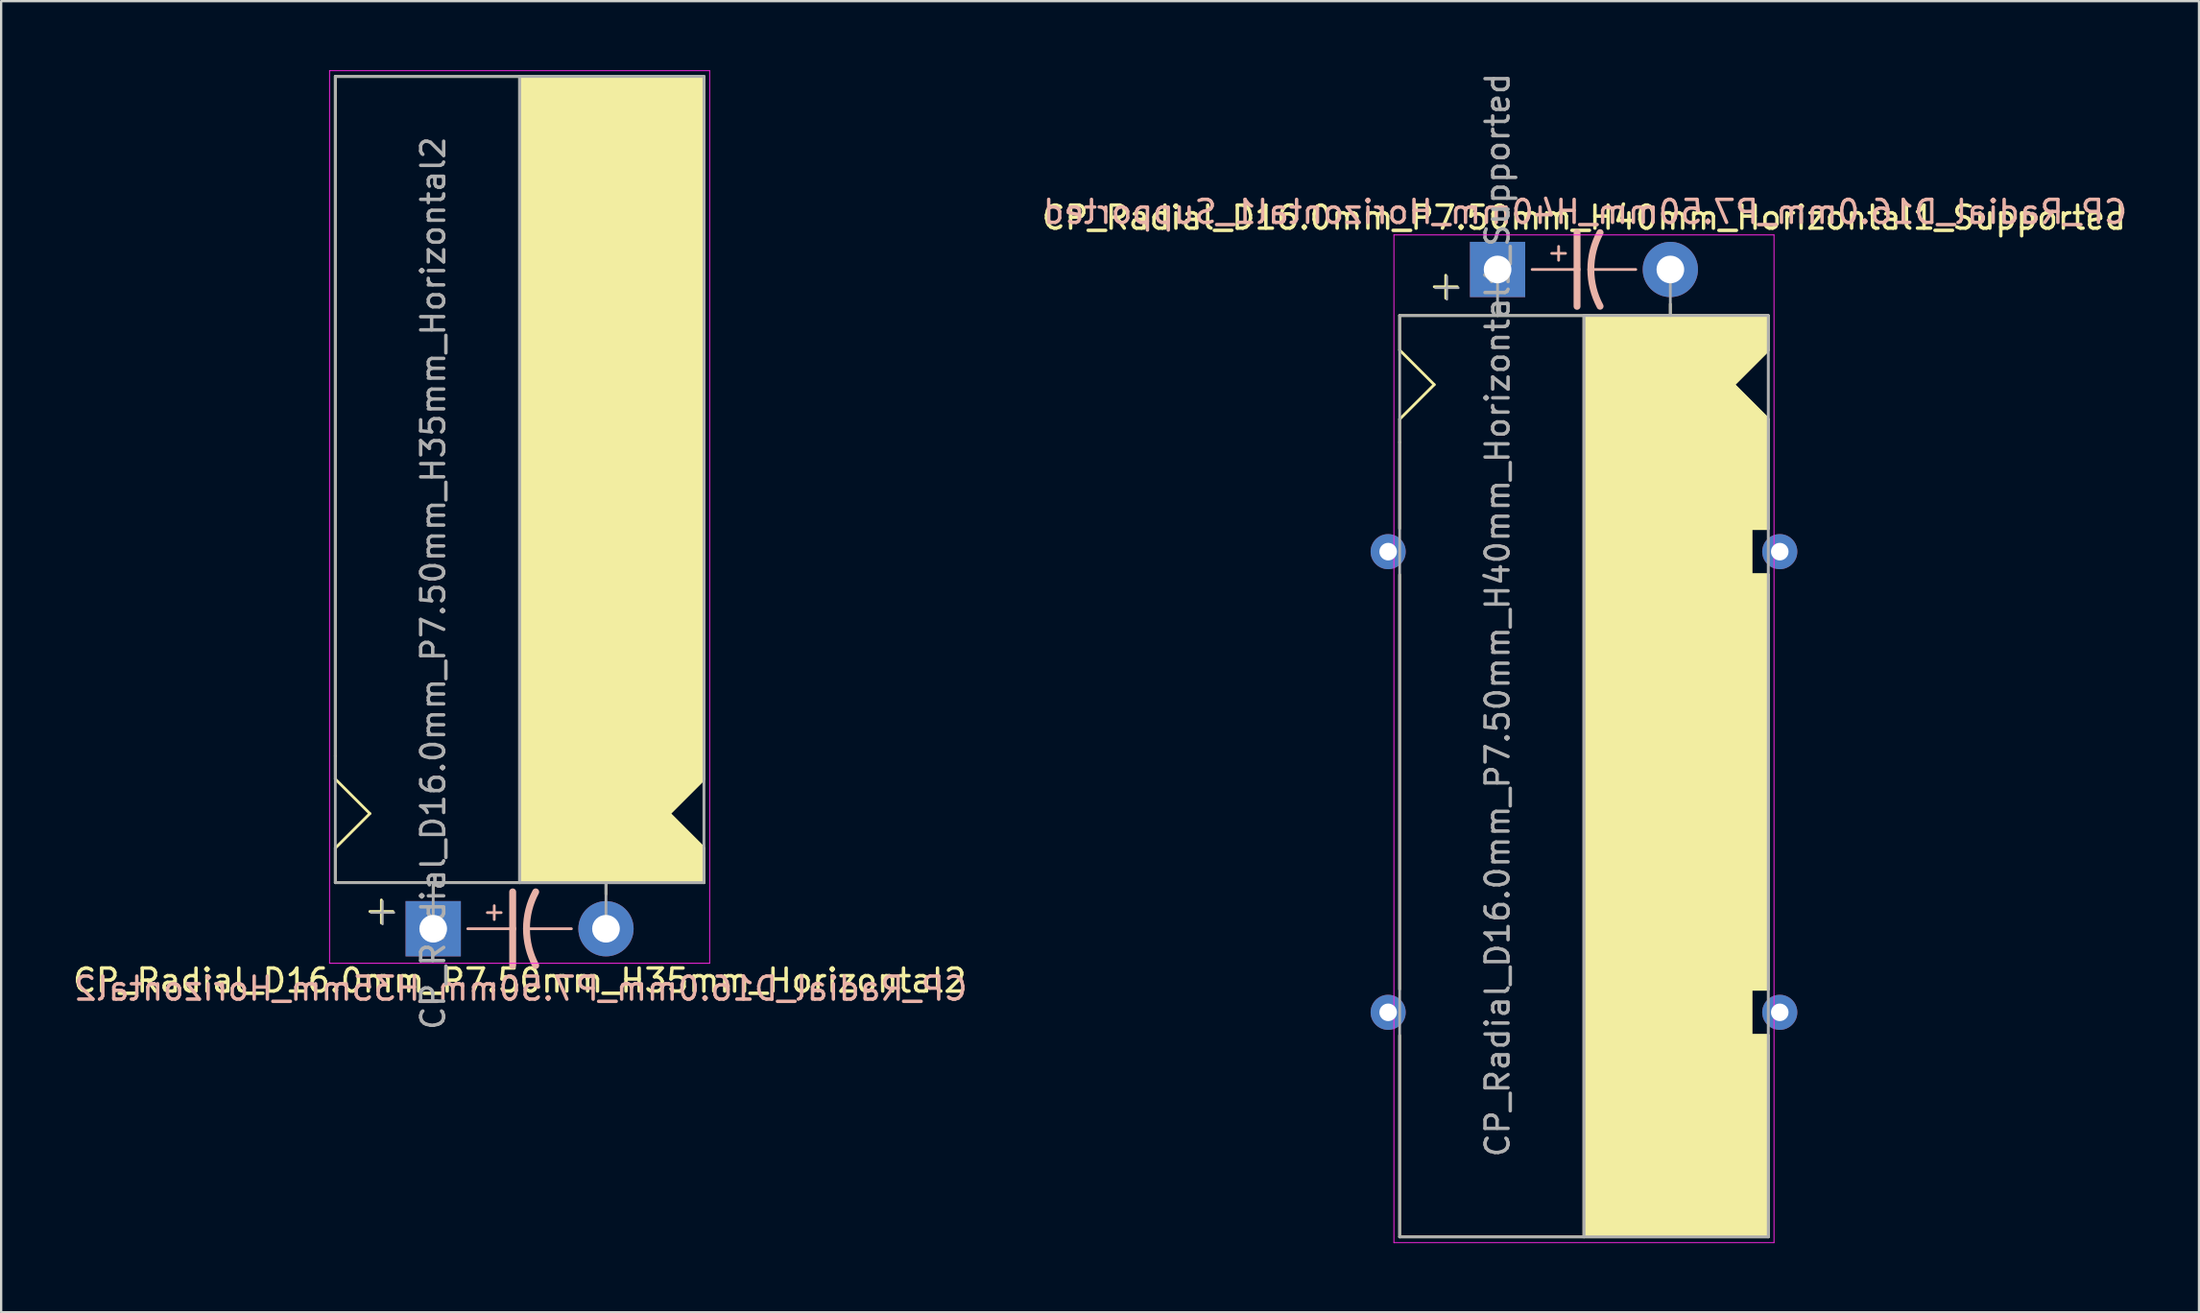
<source format=kicad_pcb>
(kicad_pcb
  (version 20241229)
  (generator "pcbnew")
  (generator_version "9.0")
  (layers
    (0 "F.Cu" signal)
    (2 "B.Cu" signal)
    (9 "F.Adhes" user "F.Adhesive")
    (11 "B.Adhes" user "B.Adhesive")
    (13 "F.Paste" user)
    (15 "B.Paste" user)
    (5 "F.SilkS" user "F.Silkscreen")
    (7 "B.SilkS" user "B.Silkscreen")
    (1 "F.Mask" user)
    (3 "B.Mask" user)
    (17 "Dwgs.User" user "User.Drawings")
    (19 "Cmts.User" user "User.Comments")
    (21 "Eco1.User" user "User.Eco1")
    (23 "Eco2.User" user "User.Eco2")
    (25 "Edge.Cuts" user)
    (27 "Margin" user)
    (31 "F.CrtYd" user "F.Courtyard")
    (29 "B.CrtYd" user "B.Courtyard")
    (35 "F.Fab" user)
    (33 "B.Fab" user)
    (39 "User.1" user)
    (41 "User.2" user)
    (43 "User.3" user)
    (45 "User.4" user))
  (footprint "CP_Radial_D16.0mm_P7.50mm_H35mm_Horizontal2"
    (layer "F.Cu")
    (at 15.756 37.27)
    (property "Reference" "CP_Radial_D16.0mm_P7.50mm_H35mm_Horizontal2" (at 3.75 2.25 0) (layer "F.SilkS") (effects (font (size 1 1) (thickness 0.15))))
    (fp_line (start -4.25 -7.5) (end -4.25 -37) (stroke (width 0.12) (type solid)) (layer "F.SilkS"))
    (fp_line (start -4.25 -6.5) (end -4.25 -7.5) (stroke (width 0.12) (type solid)) (layer "F.SilkS"))
    (fp_line (start -4.25 -3.5) (end -2.75 -5) (stroke (width 0.12) (type solid)) (layer "F.SilkS"))
    (fp_line (start -4.25 -2) (end -4.25 -3.5) (stroke (width 0.12) (type solid)) (layer "F.SilkS"))
    (fp_line (start -2.75 -5) (end -4.25 -6.5) (stroke (width 0.12) (type solid)) (layer "F.SilkS"))
    (fp_line (start -2.25 -1.25) (end -2.25 -0.25) (stroke (width 0.12) (type solid)) (layer "F.SilkS"))
    (fp_line (start -1.75 -0.75) (end -2.75 -0.75) (stroke (width 0.12) (type solid)) (layer "F.SilkS"))
    (fp_line (start 0 -1.5) (end 0 -2) (stroke (width 0.12) (type solid)) (layer "F.SilkS"))
    (fp_line (start 3.75 -2) (end -4.25 -2) (stroke (width 0.12) (type solid)) (layer "F.SilkS"))
    (fp_line (start 3.75 -2) (end 3.75 -37) (stroke (width 0.12) (type solid)) (layer "F.SilkS"))
    (fp_line (start 3.75 -2) (end 11.75 -2) (stroke (width 0.12) (type solid)) (layer "F.SilkS"))
    (fp_line (start 7.5 -1.5) (end 7.5 -2) (stroke (width 0.12) (type solid)) (layer "F.SilkS"))
    (fp_line (start 10.25 -5) (end 11.75 -6.5) (stroke (width 0.12) (type solid)) (layer "F.SilkS"))
    (fp_line (start 11.75 -37) (end -4.25 -37) (stroke (width 0.12) (type solid)) (layer "F.SilkS"))
    (fp_line (start 11.75 -37) (end 11.75 -6.5) (stroke (width 0.12) (type solid)) (layer "F.SilkS"))
    (fp_line (start 11.75 -3.5) (end 10.25 -5) (stroke (width 0.12) (type solid)) (layer "F.SilkS"))
    (fp_line (start 11.75 -2) (end 11.75 -3.5) (stroke (width 0.12) (type solid)) (layer "F.SilkS"))
    (fp_poly (pts (xy 11.75 -3.5) (xy 10.25 -5) (xy 11.75 -6.5) (xy 11.75 -37) (xy 3.75 -37) (xy 3.75 -2) (xy 11.75 -2)) (stroke (width 0.1) (type solid)) (fill yes) (layer "F.SilkS"))
    (fp_line (start 1.5 0) (end 3.45 0) (stroke (width 0.12) (type solid)) (layer "B.SilkS"))
    (fp_line (start 2.35 -0.7) (end 2.95 -0.7) (stroke (width 0.12) (type solid)) (layer "B.SilkS"))
    (fp_line (start 2.65 -0.4) (end 2.65 -1) (stroke (width 0.12) (type solid)) (layer "B.SilkS"))
    (fp_line (start 3.45 0) (end 3.45 -1.6) (stroke (width 0.3) (type solid)) (layer "B.SilkS"))
    (fp_line (start 3.45 0) (end 3.45 1.6) (stroke (width 0.3) (type solid)) (layer "B.SilkS"))
    (fp_line (start 6 0) (end 4.05 0) (stroke (width 0.12) (type solid)) (layer "B.SilkS"))
    (fp_arc (start 4.05 0) (mid 4.150512 -0.824872) (end 4.45 -1.6) (stroke (width 0.3) (type solid)) (layer "B.SilkS"))
    (fp_arc (start 4.45 1.596157) (mid 4.151652 0.822725) (end 4.05 0) (stroke (width 0.3) (type solid)) (layer "B.SilkS"))
    (fp_line (start -4.5 -37.25) (end -4.5 1.5) (stroke (width 0.04) (type solid)) (layer "F.CrtYd"))
    (fp_line (start -4.5 1.5) (end 12 1.5) (stroke (width 0.04) (type solid)) (layer "F.CrtYd"))
    (fp_line (start 12 -37.25) (end -4.5 -37.25) (stroke (width 0.04) (type solid)) (layer "F.CrtYd"))
    (fp_line (start 12 1.5) (end 12 -37.25) (stroke (width 0.04) (type solid)) (layer "F.CrtYd"))
    (fp_line (start -4.25 -37) (end 11.75 -37) (stroke (width 0.12) (type solid)) (layer "F.Fab"))
    (fp_line (start -4.25 -2) (end -4.25 -37) (stroke (width 0.12) (type solid)) (layer "F.Fab"))
    (fp_line (start -2.7 -0.7) (end -1.7 -0.7) (stroke (width 0.1) (type solid)) (layer "F.Fab"))
    (fp_line (start -2.2 -0.2) (end -2.2 -1.2) (stroke (width 0.1) (type solid)) (layer "F.Fab"))
    (fp_line (start 0 -2) (end -4.25 -2) (stroke (width 0.12) (type solid)) (layer "F.Fab"))
    (fp_line (start 0 0) (end 0 -2) (stroke (width 0.12) (type solid)) (layer "F.Fab"))
    (fp_line (start 3.75 -2) (end 3.75 -37) (stroke (width 0.12) (type solid)) (layer "F.Fab"))
    (fp_line (start 7.5 0) (end 7.5 -2) (stroke (width 0.12) (type solid)) (layer "F.Fab"))
    (fp_line (start 11.75 -37) (end 11.75 -2) (stroke (width 0.12) (type solid)) (layer "F.Fab"))
    (fp_line (start 11.75 -2) (end 0 -2) (stroke (width 0.12) (type solid)) (layer "F.Fab"))
    (fp_poly (pts (xy 11.75 -37) (xy 3.75 -37) (xy 3.75 -2) (xy 11.75 -2)) (stroke (width 0.1) (type solid)) (fill no) (layer "F.Fab"))
    (fp_text user "${REFERENCE}" (at 3.8 2.6 0) (layer "B.SilkS") (effects (font (size 1 1) (thickness 0.15)) (justify mirror)))
    (fp_text user "${REFERENCE}" (at 0 -15 90) (layer "F.Fab") (effects (font (size 1 1) (thickness 0.15))))
    (pad "1" thru_hole rect (at 0 0) (size 2.4 2.4) (drill 1.2) (layers "*.Cu" "*.Mask"))
    (pad "2" thru_hole circle (at 7.5 0) (size 2.4 2.4) (drill 1.2) (layers "*.Cu" "*.Mask")))
  (footprint "CP_Radial_D16.0mm_P7.50mm_H40mm_Horizontal1_Supported"
    (layer "F.Cu")
    (at 61.961 8.649)
    (property "Reference" "CP_Radial_D16.0mm_P7.50mm_H40mm_Horizontal1_Supported" (at 3.75 -2.25 0) (layer "F.SilkS") (effects (font (size 1 1) (thickness 0.15))))
    (fp_line (start -4.25 2) (end -4.25 3.5) (stroke (width 0.12) (type solid)) (layer "F.SilkS"))
    (fp_line (start -4.25 3.5) (end -2.75 5) (stroke (width 0.12) (type solid)) (layer "F.SilkS"))
    (fp_line (start -4.25 6.5) (end -4.25 7.5) (stroke (width 0.12) (type solid)) (layer "F.SilkS"))
    (fp_line (start -4.25 7.5) (end -4.25 11.25) (stroke (width 0.12) (type solid)) (layer "F.SilkS"))
    (fp_line (start -4.25 31.25) (end -4.25 13.25) (stroke (width 0.12) (type solid)) (layer "F.SilkS"))
    (fp_line (start -4.25 33.25) (end -4.25 42) (stroke (width 0.12) (type solid)) (layer "F.SilkS"))
    (fp_line (start -2.75 5) (end -4.25 6.5) (stroke (width 0.12) (type solid)) (layer "F.SilkS"))
    (fp_line (start -2.25 0.25) (end -2.25 1.25) (stroke (width 0.12) (type solid)) (layer "F.SilkS"))
    (fp_line (start -1.75 0.75) (end -2.75 0.75) (stroke (width 0.12) (type solid)) (layer "F.SilkS"))
    (fp_line (start 0 1.5) (end 0 2) (stroke (width 0.12) (type solid)) (layer "F.SilkS"))
    (fp_line (start 3.75 2) (end -4.25 2) (stroke (width 0.12) (type solid)) (layer "F.SilkS"))
    (fp_line (start 3.75 2) (end 3.75 42) (stroke (width 0.12) (type solid)) (layer "F.SilkS"))
    (fp_line (start 3.75 2) (end 11.75 2) (stroke (width 0.12) (type solid)) (layer "F.SilkS"))
    (fp_line (start 7.5 1.5) (end 7.5 2) (stroke (width 0.12) (type solid)) (layer "F.SilkS"))
    (fp_line (start 10.25 5) (end 11.75 6.5) (stroke (width 0.12) (type solid)) (layer "F.SilkS"))
    (fp_line (start 11 11.25) (end 11.75 11.25) (stroke (width 0.12) (type solid)) (layer "F.SilkS"))
    (fp_line (start 11 13.25) (end 11 11.25) (stroke (width 0.12) (type solid)) (layer "F.SilkS"))
    (fp_line (start 11 31.25) (end 11.75 31.25) (stroke (width 0.12) (type solid)) (layer "F.SilkS"))
    (fp_line (start 11 33.25) (end 11 31.25) (stroke (width 0.12) (type solid)) (layer "F.SilkS"))
    (fp_line (start 11.75 2) (end 11.75 3.5) (stroke (width 0.12) (type solid)) (layer "F.SilkS"))
    (fp_line (start 11.75 3.5) (end 10.25 5) (stroke (width 0.12) (type solid)) (layer "F.SilkS"))
    (fp_line (start 11.75 11.25) (end 11.75 6.5) (stroke (width 0.12) (type solid)) (layer "F.SilkS"))
    (fp_line (start 11.75 13.25) (end 11 13.25) (stroke (width 0.12) (type solid)) (layer "F.SilkS"))
    (fp_line (start 11.75 13.25) (end 11.75 31.25) (stroke (width 0.12) (type solid)) (layer "F.SilkS"))
    (fp_line (start 11.75 33.25) (end 11 33.25) (stroke (width 0.12) (type solid)) (layer "F.SilkS"))
    (fp_line (start 11.75 42) (end -4.25 42) (stroke (width 0.12) (type solid)) (layer "F.SilkS"))
    (fp_line (start 11.75 42) (end 11.75 33.25) (stroke (width 0.12) (type solid)) (layer "F.SilkS"))
    (fp_poly (pts (xy 11.75 3.5) (xy 10.25 5) (xy 11.75 6.5) (xy 11.75 11.25) (xy 11 11.25) (xy 11 13.25) (xy 11.75 13.25) (xy 11.75 31.25) (xy 11 31.25) (xy 11 33.25) (xy 11.75 33.25) (xy 11.75 42) (xy 3.75 42) (xy 3.75 2) (xy 11.75 2)) (stroke (width 0.1) (type solid)) (fill yes) (layer "F.SilkS"))
    (fp_line (start 1.5 0) (end 3.45 0) (stroke (width 0.12) (type solid)) (layer "B.SilkS"))
    (fp_line (start 2.35 -0.7) (end 2.95 -0.7) (stroke (width 0.12) (type solid)) (layer "B.SilkS"))
    (fp_line (start 2.65 -0.4) (end 2.65 -1) (stroke (width 0.12) (type solid)) (layer "B.SilkS"))
    (fp_line (start 3.45 0) (end 3.45 -1.6) (stroke (width 0.3) (type solid)) (layer "B.SilkS"))
    (fp_line (start 3.45 0) (end 3.45 1.6) (stroke (width 0.3) (type solid)) (layer "B.SilkS"))
    (fp_line (start 6 0) (end 4.05 0) (stroke (width 0.12) (type solid)) (layer "B.SilkS"))
    (fp_arc (start 4.05 0) (mid 4.150512 -0.824872) (end 4.45 -1.6) (stroke (width 0.3) (type solid)) (layer "B.SilkS"))
    (fp_arc (start 4.45 1.596157) (mid 4.151652 0.822725) (end 4.05 0) (stroke (width 0.3) (type solid)) (layer "B.SilkS"))
    (fp_line (start -4.5 -1.5) (end 12 -1.5) (stroke (width 0.04) (type solid)) (layer "F.CrtYd"))
    (fp_line (start -4.5 42.25) (end -4.5 -1.5) (stroke (width 0.04) (type solid)) (layer "F.CrtYd"))
    (fp_line (start 12 -1.5) (end 12 42.25) (stroke (width 0.04) (type solid)) (layer "F.CrtYd"))
    (fp_line (start 12 42.25) (end -4.5 42.25) (stroke (width 0.04) (type solid)) (layer "F.CrtYd"))
    (fp_line (start -4.25 2) (end -4.25 42) (stroke (width 0.12) (type solid)) (layer "F.Fab"))
    (fp_line (start -4.25 42) (end 11.75 42) (stroke (width 0.12) (type solid)) (layer "F.Fab"))
    (fp_line (start -2.7 0.8) (end -1.7 0.8) (stroke (width 0.1) (type solid)) (layer "F.Fab"))
    (fp_line (start -2.2 1.3) (end -2.2 0.3) (stroke (width 0.1) (type solid)) (layer "F.Fab"))
    (fp_line (start 0 0) (end 0 2) (stroke (width 0.12) (type solid)) (layer "F.Fab"))
    (fp_line (start 0 2) (end -4.25 2) (stroke (width 0.12) (type solid)) (layer "F.Fab"))
    (fp_line (start 3.75 2) (end 3.75 42) (stroke (width 0.12) (type solid)) (layer "F.Fab"))
    (fp_line (start 7.5 0) (end 7.5 2) (stroke (width 0.12) (type solid)) (layer "F.Fab"))
    (fp_line (start 11.75 2) (end 0 2) (stroke (width 0.12) (type solid)) (layer "F.Fab"))
    (fp_line (start 11.75 42) (end 11.75 2) (stroke (width 0.12) (type solid)) (layer "F.Fab"))
    (fp_poly (pts (xy 11.75 42) (xy 3.75 42) (xy 3.75 2) (xy 11.75 2)) (stroke (width 0.1) (type solid)) (fill no) (layer "F.Fab"))
    (fp_text user "${REFERENCE}" (at 3.8 -2.5 0) (layer "B.SilkS") (effects (font (size 1 1) (thickness 0.15)) (justify mirror)))
    (fp_text user "${REFERENCE}" (at 0 15 90) (layer "F.Fab") (effects (font (size 1 1) (thickness 0.15))))
    (pad "1" thru_hole rect (at 0 0) (size 2.4 2.4) (drill 1.2) (layers "*.Cu" "*.Mask"))
    (pad "2" thru_hole circle (at 7.5 0) (size 2.4 2.4) (drill 1.2) (layers "*.Cu" "*.Mask"))
    (pad "~" thru_hole circle (at -4.75 12.25) (size 1.524 1.524) (drill 0.762) (layers "*.Cu" "*.Mask"))
    (pad "~" thru_hole circle (at -4.75 32.25) (size 1.524 1.524) (drill 0.762) (layers "*.Cu" "*.Mask"))
    (pad "~" thru_hole circle (at 12.25 12.25) (size 1.524 1.524) (drill 0.762) (layers "*.Cu" "*.Mask"))
    (pad "~" thru_hole circle (at 12.25 32.25) (size 1.524 1.524) (drill 0.762) (layers "*.Cu" "*.Mask")))
  (gr_rect
    (start -3 -3)
    (end 92.41 53.919)
    (stroke (width 0.1) (type default))
    (fill no)
    (layer "Edge.Cuts")))
</source>
